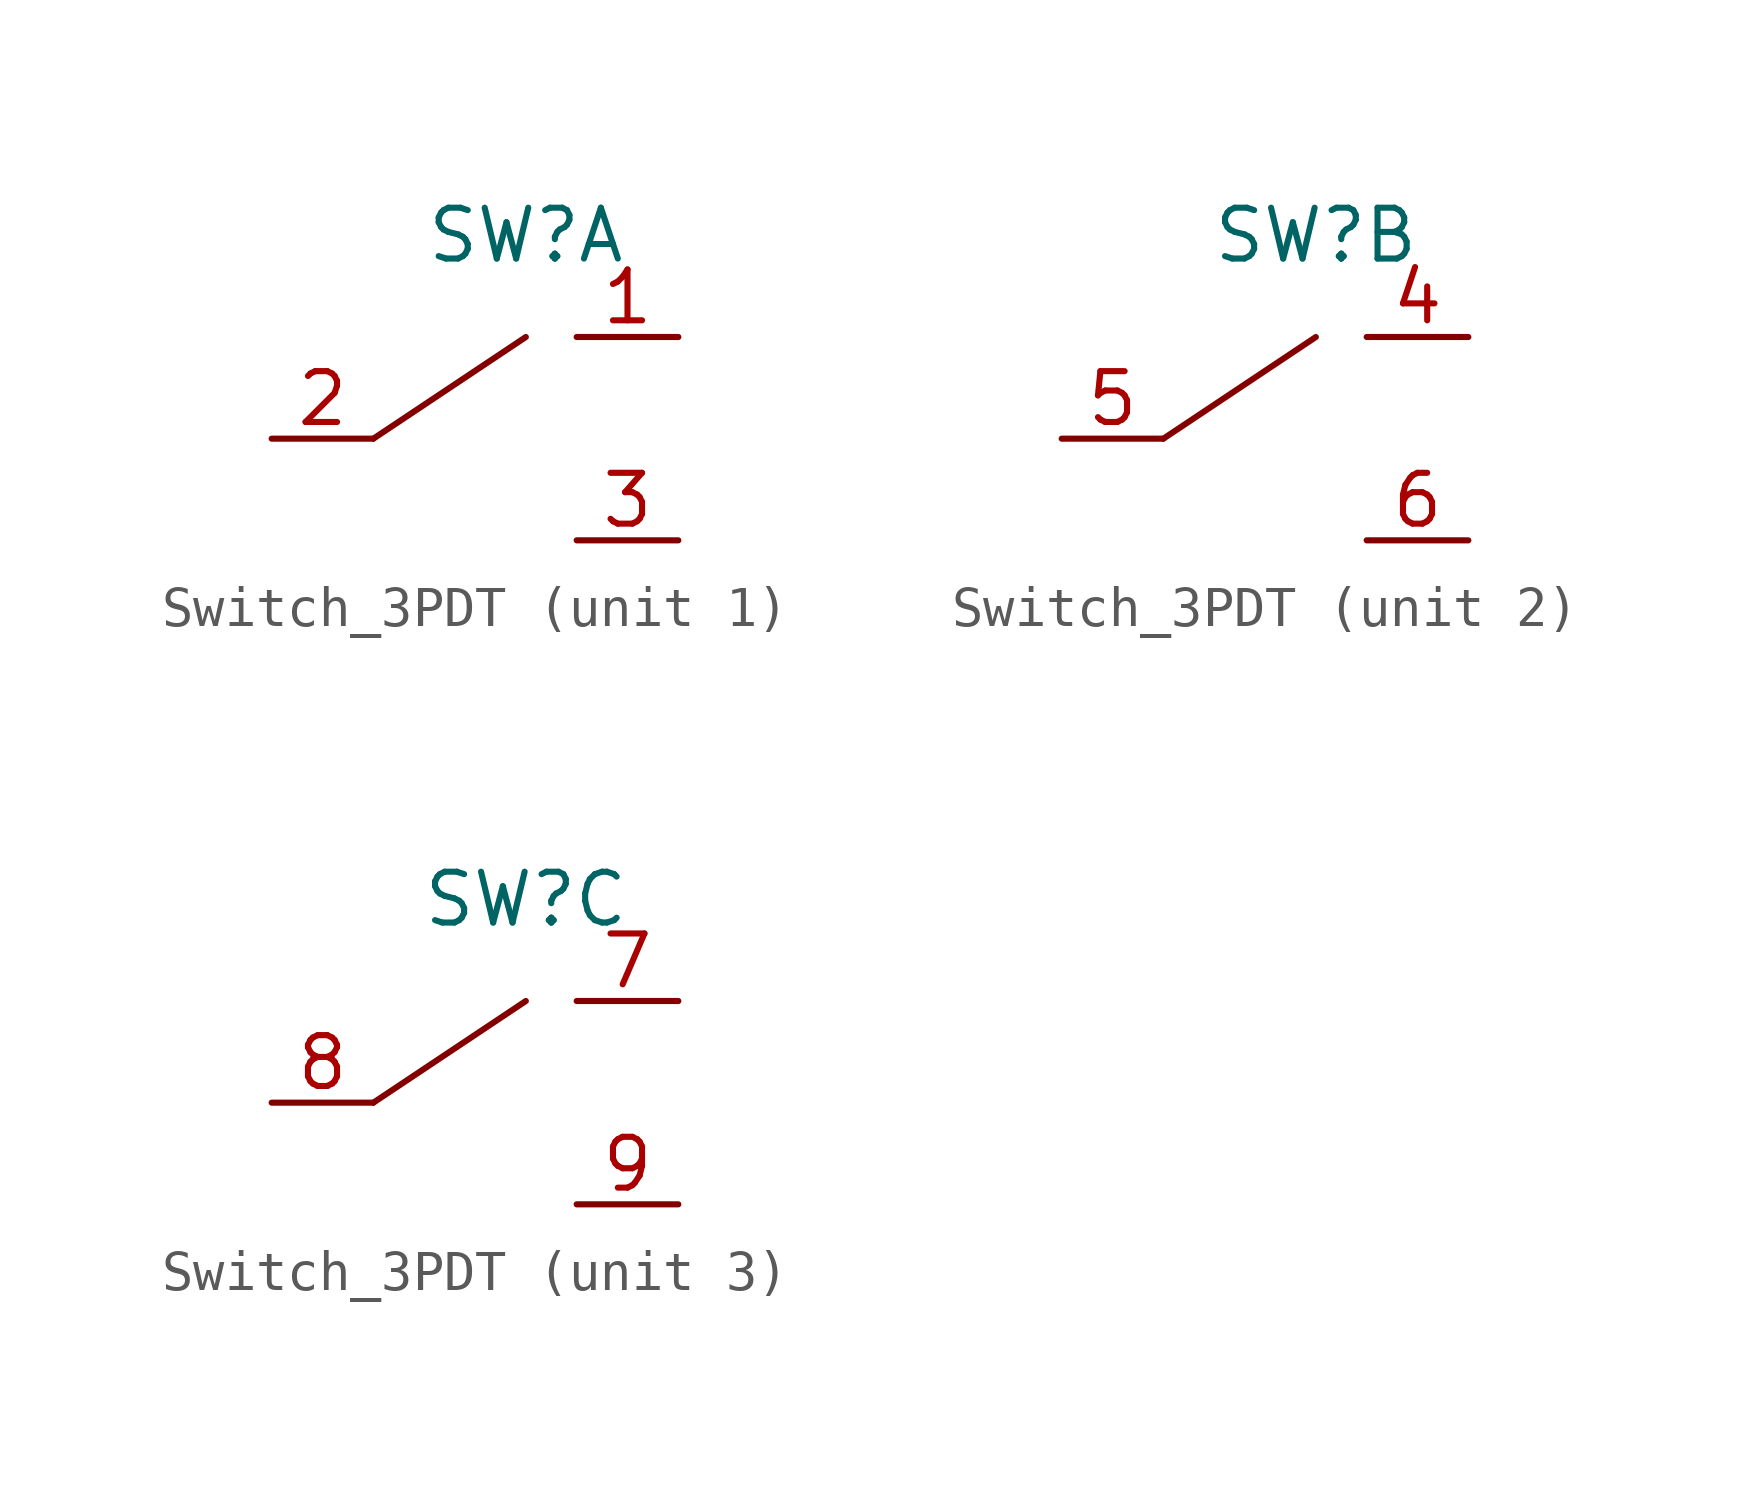
<source format=kicad_sym>
(kicad_symbol_lib
  (version 20220914)
  (generator kicad_symbol_editor)
  (symbol "Switch_3PDT"
    (property "Reference" "SW"
      (at 3.81 5.08 0)
      (effects (font (size 1.27 1.27))))
    (property "Value" ""
      (at 0 0 0)
      (effects (font (size 1.27 1.27))))
    (symbol "Switch_3PDT_0_1"
      (polyline (pts (xy 0 0) (xy 3.81 2.54)) (stroke (width 0) (type default)) (fill (type none))))
    (symbol "Switch_3PDT_1_1"
      (pin free line (at 7.62 2.54 180) (length 2.54) (name "" (effects (font (size 1.27 1.27)))) (number "1" (effects (font (size 1.27 1.27)))))
      (pin free line (at -2.54 0 0) (length 2.54) (name "" (effects (font (size 1.27 1.27)))) (number "2" (effects (font (size 1.27 1.27)))))
      (pin free line (at 7.62 -2.54 180) (length 2.54) (name "" (effects (font (size 1.27 1.27)))) (number "3" (effects (font (size 1.27 1.27))))))
    (symbol "Switch_3PDT_2_1"
      (pin free line (at 7.62 2.54 180) (length 2.54) (name "" (effects (font (size 1.27 1.27)))) (number "4" (effects (font (size 1.27 1.27)))))
      (pin free line (at -2.54 0 0) (length 2.54) (name "" (effects (font (size 1.27 1.27)))) (number "5" (effects (font (size 1.27 1.27)))))
      (pin free line (at 7.62 -2.54 180) (length 2.54) (name "" (effects (font (size 1.27 1.27)))) (number "6" (effects (font (size 1.27 1.27))))))
    (symbol "Switch_3PDT_3_1"
      (pin free line (at 7.62 2.54 180) (length 2.54) (name "" (effects (font (size 1.27 1.27)))) (number "7" (effects (font (size 1.27 1.27)))))
      (pin free line (at -2.54 0 0) (length 2.54) (name "" (effects (font (size 1.27 1.27)))) (number "8" (effects (font (size 1.27 1.27)))))
      (pin free line (at 7.62 -2.54 180) (length 2.54) (name "" (effects (font (size 1.27 1.27)))) (number "9" (effects (font (size 1.27 1.27))))))))
</source>
